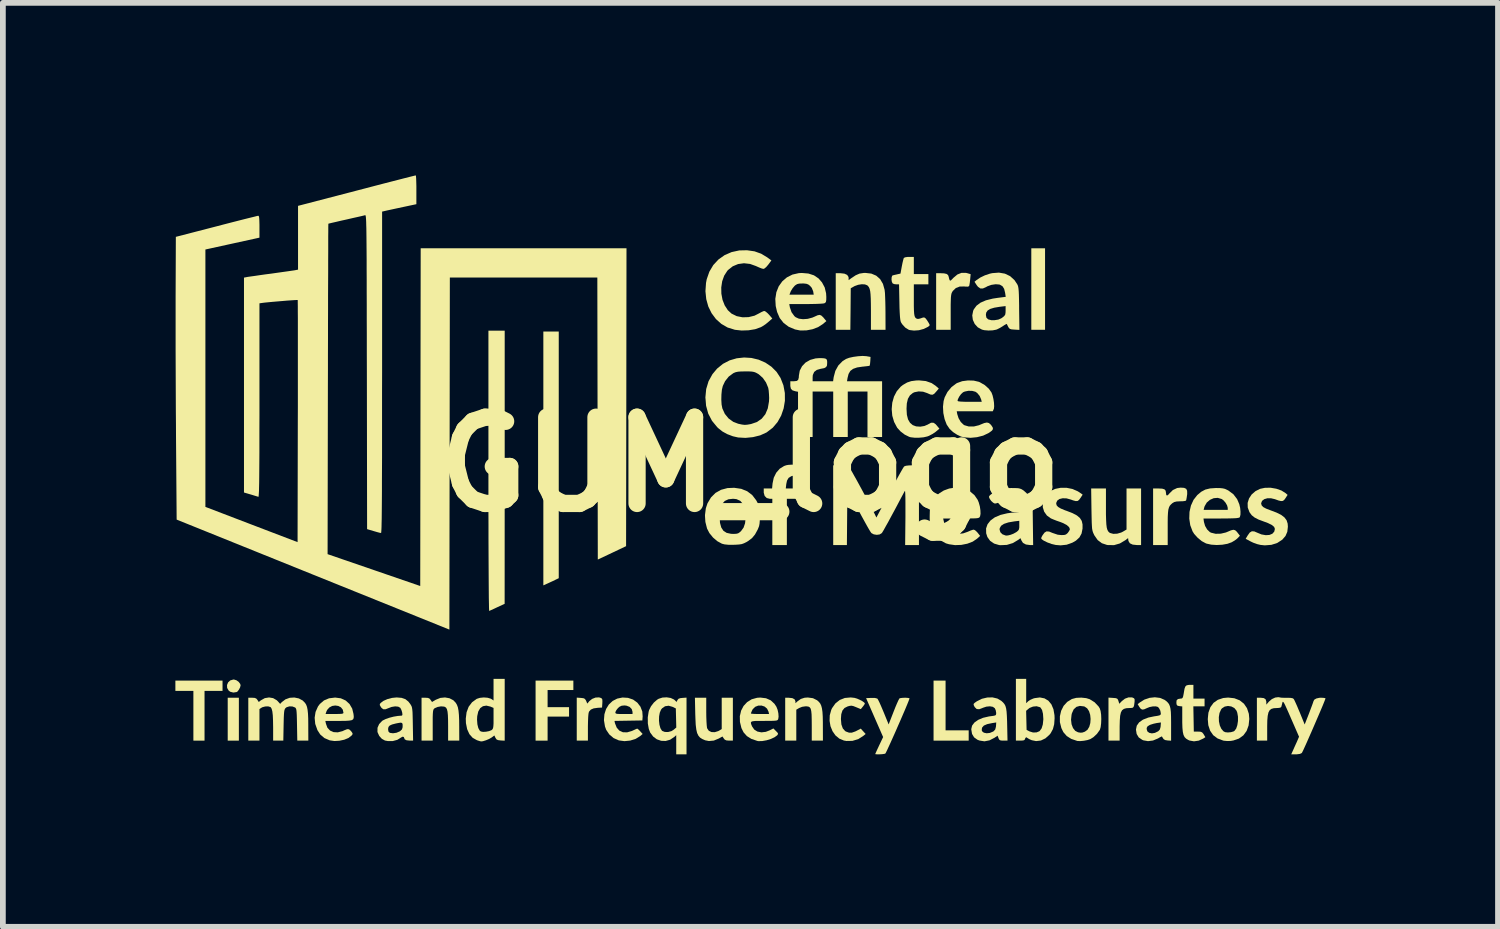
<source format=kicad_pcb>
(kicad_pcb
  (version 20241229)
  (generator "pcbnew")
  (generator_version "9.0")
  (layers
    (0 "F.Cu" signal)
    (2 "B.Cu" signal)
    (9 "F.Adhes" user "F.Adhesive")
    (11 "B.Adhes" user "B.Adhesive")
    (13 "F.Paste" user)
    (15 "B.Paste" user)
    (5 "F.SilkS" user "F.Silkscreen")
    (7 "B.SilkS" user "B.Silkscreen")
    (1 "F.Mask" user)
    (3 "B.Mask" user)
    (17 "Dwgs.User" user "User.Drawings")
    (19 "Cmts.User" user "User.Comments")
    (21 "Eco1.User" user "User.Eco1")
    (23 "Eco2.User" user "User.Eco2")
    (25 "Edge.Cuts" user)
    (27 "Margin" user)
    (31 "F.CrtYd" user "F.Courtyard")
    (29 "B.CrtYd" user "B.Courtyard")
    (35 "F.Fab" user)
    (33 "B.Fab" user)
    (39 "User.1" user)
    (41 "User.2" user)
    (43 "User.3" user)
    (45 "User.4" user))
  (footprint "GUM_logo"
    (layer "F.Cu")
    (at 9.993 5.027)
    (property "Reference" "GUM_logo" (at 0 0 0) (layer "F.SilkS") (effects (font (size 1.5 1.5) (thickness 0.3))))
    (attr board_only exclude_from_pos_files exclude_from_bom)
    (fp_poly (pts (xy -8.889 4.43) (xy -8.889 4.803) (xy -8.986 4.803) (xy -9.083 4.803) (xy -9.083 4.43) (xy -9.083 4.057) (xy -8.986 4.057) (xy -8.889 4.057)) (stroke (width 0) (type solid)) (fill yes) (layer "F.SilkS"))
    (fp_poly (pts (xy 5.131 -3.05) (xy 5.131 -2.342) (xy 5.011 -2.342) (xy 4.892 -2.342) (xy 4.892 -3.05) (xy 4.892 -3.759) (xy 5.011 -3.759) (xy 5.131 -3.759)) (stroke (width 0) (type solid)) (fill yes) (layer "F.SilkS"))
    (fp_poly (pts (xy -3.326 -0.167) (xy -3.326 1.978) (xy -3.382 2.005) (xy -3.429 2.028) (xy -3.486 2.054) (xy -3.516 2.068) (xy -3.594 2.103) (xy -3.594 -0.105) (xy -3.594 -2.312) (xy -3.46 -2.312) (xy -3.326 -2.312)) (stroke (width 0) (type solid)) (fill yes) (layer "F.SilkS"))
    (fp_poly (pts (xy 3.401 4.191) (xy 3.401 4.624) (xy 3.602 4.624) (xy 3.803 4.624) (xy 3.803 4.713) (xy 3.803 4.803) (xy 3.498 4.803) (xy 3.192 4.803) (xy 3.192 4.281) (xy 3.192 3.759) (xy 3.296 3.759) (xy 3.401 3.759)) (stroke (width 0) (type solid)) (fill yes) (layer "F.SilkS"))
    (fp_poly (pts (xy -9.173 3.848) (xy -9.173 3.938) (xy -9.329 3.938) (xy -9.486 3.938) (xy -9.486 4.37) (xy -9.486 4.803) (xy -9.583 4.803) (xy -9.68 4.803) (xy -9.68 4.37) (xy -9.68 3.938) (xy -9.836 3.938) (xy -9.993 3.938) (xy -9.993 3.848) (xy -9.993 3.759) (xy -9.583 3.759) (xy -9.173 3.759)) (stroke (width 0) (type solid)) (fill yes) (layer "F.SilkS"))
    (fp_poly (pts (xy -8.932 3.753) (xy -8.892 3.781) (xy -8.865 3.818) (xy -8.859 3.842) (xy -8.868 3.878) (xy -8.889 3.918) (xy -8.914 3.95) (xy -8.927 3.958) (xy -8.985 3.967) (xy -9.039 3.953) (xy -9.066 3.933) (xy -9.093 3.886) (xy -9.095 3.836) (xy -9.076 3.79) (xy -9.039 3.756) (xy -8.988 3.741) (xy -8.975 3.74)) (stroke (width 0) (type solid)) (fill yes) (layer "F.SilkS"))
    (fp_poly (pts (xy -3.072 3.841) (xy -3.072 3.923) (xy -3.296 3.923) (xy -3.52 3.923) (xy -3.52 4.072) (xy -3.52 4.221) (xy -3.333 4.221) (xy -3.147 4.221) (xy -3.147 4.303) (xy -3.147 4.385) (xy -3.333 4.385) (xy -3.52 4.385) (xy -3.52 4.594) (xy -3.52 4.803) (xy -3.624 4.803) (xy -3.729 4.803) (xy -3.729 4.281) (xy -3.729 3.759) (xy -3.401 3.759) (xy -3.072 3.759)) (stroke (width 0) (type solid)) (fill yes) (layer "F.SilkS"))
    (fp_poly (pts (xy -4.266 0.048) (xy -4.267 2.424) (xy -4.395 2.483) (xy -4.452 2.51) (xy -4.499 2.531) (xy -4.529 2.545) (xy -4.536 2.548) (xy -4.537 2.534) (xy -4.539 2.491) (xy -4.54 2.421) (xy -4.542 2.326) (xy -4.543 2.205) (xy -4.544 2.062) (xy -4.545 1.896) (xy -4.546 1.71) (xy -4.547 1.504) (xy -4.548 1.28) (xy -4.548 1.04) (xy -4.549 0.783) (xy -4.549 0.513) (xy -4.549 0.23) (xy -4.549 0.113) (xy -4.549 -2.327) (xy -4.407 -2.327) (xy -4.266 -2.327)) (stroke (width 0) (type solid)) (fill yes) (layer "F.SilkS"))
    (fp_poly (pts (xy -2.603 4.057) (xy -2.58 4.068) (xy -2.569 4.085) (xy -2.567 4.117) (xy -2.568 4.15) (xy -2.573 4.228) (xy -2.647 4.232) (xy -2.719 4.242) (xy -2.768 4.263) (xy -2.798 4.297) (xy -2.802 4.305) (xy -2.809 4.335) (xy -2.814 4.39) (xy -2.817 4.465) (xy -2.819 4.555) (xy -2.819 4.572) (xy -2.819 4.803) (xy -2.916 4.803) (xy -3.013 4.803) (xy -3.013 4.429) (xy -3.013 4.055) (xy -2.942 4.06) (xy -2.897 4.065) (xy -2.872 4.077) (xy -2.855 4.101) (xy -2.85 4.111) (xy -2.83 4.159) (xy -2.793 4.115) (xy -2.745 4.077) (xy -2.686 4.054) (xy -2.627 4.051)) (stroke (width 0) (type solid)) (fill yes) (layer "F.SilkS"))
    (fp_poly (pts (xy 6.654 4.055) (xy 6.679 4.067) (xy 6.689 4.086) (xy 6.688 4.121) (xy 6.687 4.134) (xy 6.68 4.188) (xy 6.67 4.218) (xy 6.652 4.232) (xy 6.62 4.236) (xy 6.599 4.236) (xy 6.544 4.239) (xy 6.502 4.251) (xy 6.471 4.274) (xy 6.45 4.313) (xy 6.437 4.371) (xy 6.431 4.451) (xy 6.428 4.557) (xy 6.428 4.578) (xy 6.428 4.803) (xy 6.331 4.803) (xy 6.234 4.803) (xy 6.234 4.429) (xy 6.234 4.055) (xy 6.313 4.06) (xy 6.359 4.064) (xy 6.385 4.073) (xy 6.399 4.091) (xy 6.407 4.113) (xy 6.422 4.162) (xy 6.466 4.116) (xy 6.521 4.073) (xy 6.582 4.051) (xy 6.641 4.051)) (stroke (width 0) (type solid)) (fill yes) (layer "F.SilkS"))
    (fp_poly (pts (xy -0.761 4.301) (xy -0.76 4.389) (xy -0.757 4.469) (xy -0.753 4.534) (xy -0.748 4.578) (xy -0.744 4.591) (xy -0.716 4.632) (xy -0.67 4.654) (xy -0.613 4.656) (xy -0.552 4.637) (xy -0.537 4.629) (xy -0.492 4.602) (xy -0.492 4.33) (xy -0.492 4.057) (xy -0.395 4.057) (xy -0.298 4.057) (xy -0.298 4.43) (xy -0.298 4.803) (xy -0.365 4.803) (xy -0.411 4.799) (xy -0.439 4.786) (xy -0.455 4.767) (xy -0.479 4.731) (xy -0.542 4.766) (xy -0.629 4.802) (xy -0.715 4.81) (xy -0.78 4.797) (xy -0.83 4.775) (xy -0.869 4.75) (xy -0.898 4.716) (xy -0.92 4.67) (xy -0.934 4.609) (xy -0.944 4.528) (xy -0.949 4.424) (xy -0.952 4.336) (xy -0.958 4.057) (xy -0.859 4.057) (xy -0.761 4.057)) (stroke (width 0) (type solid)) (fill yes) (layer "F.SilkS"))
    (fp_poly (pts (xy 3.754 -3.332) (xy 3.779 -3.326) (xy 3.837 -3.309) (xy 3.828 -3.212) (xy 3.822 -3.16) (xy 3.815 -3.119) (xy 3.81 -3.101) (xy 3.789 -3.092) (xy 3.745 -3.093) (xy 3.729 -3.095) (xy 3.647 -3.094) (xy 3.58 -3.068) (xy 3.528 -3.018) (xy 3.522 -3.009) (xy 3.511 -2.99) (xy 3.503 -2.969) (xy 3.498 -2.942) (xy 3.494 -2.905) (xy 3.492 -2.853) (xy 3.49 -2.782) (xy 3.49 -2.687) (xy 3.49 -2.649) (xy 3.49 -2.342) (xy 3.363 -2.342) (xy 3.237 -2.342) (xy 3.237 -2.834) (xy 3.237 -3.326) (xy 3.307 -3.326) (xy 3.375 -3.323) (xy 3.419 -3.313) (xy 3.444 -3.294) (xy 3.454 -3.268) (xy 3.466 -3.219) (xy 3.477 -3.197) (xy 3.493 -3.2) (xy 3.521 -3.228) (xy 3.537 -3.245) (xy 3.606 -3.303) (xy 3.678 -3.332)) (stroke (width 0) (type solid)) (fill yes) (layer "F.SilkS"))
    (fp_poly (pts (xy 7.549 0.407) (xy 7.586 0.424) (xy 7.602 0.458) (xy 7.603 0.515) (xy 7.601 0.529) (xy 7.594 0.578) (xy 7.587 0.615) (xy 7.583 0.628) (xy 7.565 0.635) (xy 7.526 0.64) (xy 7.481 0.641) (xy 7.42 0.644) (xy 7.378 0.654) (xy 7.347 0.672) (xy 7.321 0.695) (xy 7.3 0.719) (xy 7.286 0.748) (xy 7.275 0.787) (xy 7.269 0.839) (xy 7.265 0.91) (xy 7.264 1.003) (xy 7.264 1.096) (xy 7.264 1.402) (xy 7.137 1.402) (xy 7.01 1.402) (xy 7.01 0.91) (xy 7.01 0.418) (xy 7.104 0.418) (xy 7.168 0.421) (xy 7.208 0.433) (xy 7.228 0.456) (xy 7.234 0.494) (xy 7.234 0.494) (xy 7.239 0.532) (xy 7.254 0.541) (xy 7.278 0.523) (xy 7.292 0.506) (xy 7.354 0.445) (xy 7.428 0.41) (xy 7.488 0.403)) (stroke (width 0) (type solid)) (fill yes) (layer "F.SilkS"))
    (fp_poly (pts (xy 1.095 4.065) (xy 1.167 4.101) (xy 1.198 4.129) (xy 1.222 4.159) (xy 1.239 4.196) (xy 1.251 4.242) (xy 1.26 4.304) (xy 1.265 4.384) (xy 1.267 4.489) (xy 1.267 4.538) (xy 1.268 4.803) (xy 1.171 4.803) (xy 1.074 4.803) (xy 1.074 4.537) (xy 1.073 4.43) (xy 1.071 4.348) (xy 1.065 4.289) (xy 1.056 4.249) (xy 1.04 4.225) (xy 1.019 4.212) (xy 0.989 4.207) (xy 0.965 4.206) (xy 0.906 4.215) (xy 0.854 4.236) (xy 0.805 4.265) (xy 0.805 4.534) (xy 0.805 4.803) (xy 0.708 4.803) (xy 0.612 4.803) (xy 0.612 4.43) (xy 0.612 4.057) (xy 0.672 4.057) (xy 0.737 4.064) (xy 0.776 4.085) (xy 0.79 4.119) (xy 0.79 4.12) (xy 0.79 4.152) (xy 0.824 4.121) (xy 0.884 4.078) (xy 0.949 4.057) (xy 1.006 4.053)) (stroke (width 0) (type solid)) (fill yes) (layer "F.SilkS"))
    (fp_poly (pts (xy 0.83 0.005) (xy 0.869 0.01) (xy 0.885 0.016) (xy 0.886 0.033) (xy 0.884 0.07) (xy 0.882 0.097) (xy 0.873 0.172) (xy 0.787 0.186) (xy 0.717 0.205) (xy 0.671 0.234) (xy 0.644 0.28) (xy 0.631 0.34) (xy 0.622 0.418) (xy 0.751 0.418) (xy 0.88 0.418) (xy 0.88 0.507) (xy 0.88 0.597) (xy 0.761 0.597) (xy 0.641 0.597) (xy 0.641 0.999) (xy 0.641 1.402) (xy 0.515 1.402) (xy 0.388 1.402) (xy 0.388 0.999) (xy 0.388 0.597) (xy 0.343 0.597) (xy 0.291 0.584) (xy 0.255 0.548) (xy 0.239 0.492) (xy 0.239 0.477) (xy 0.239 0.418) (xy 0.311 0.418) (xy 0.384 0.418) (xy 0.392 0.331) (xy 0.413 0.231) (xy 0.456 0.144) (xy 0.517 0.074) (xy 0.593 0.027) (xy 0.63 0.014) (xy 0.669 0.007) (xy 0.721 0.004) (xy 0.778 0.003)) (stroke (width 0) (type solid)) (fill yes) (layer "F.SilkS"))
    (fp_poly (pts (xy -5.226 4.066) (xy -5.159 4.101) (xy -5.118 4.144) (xy -5.096 4.181) (xy -5.08 4.225) (xy -5.069 4.283) (xy -5.062 4.357) (xy -5.058 4.452) (xy -5.057 4.56) (xy -5.056 4.803) (xy -5.153 4.803) (xy -5.25 4.803) (xy -5.25 4.55) (xy -5.251 4.442) (xy -5.254 4.36) (xy -5.26 4.3) (xy -5.27 4.259) (xy -5.284 4.232) (xy -5.304 4.217) (xy -5.321 4.211) (xy -5.374 4.207) (xy -5.431 4.217) (xy -5.479 4.237) (xy -5.491 4.245) (xy -5.501 4.256) (xy -5.508 4.273) (xy -5.513 4.299) (xy -5.516 4.339) (xy -5.518 4.398) (xy -5.518 4.479) (xy -5.518 4.536) (xy -5.518 4.803) (xy -5.615 4.803) (xy -5.712 4.803) (xy -5.712 4.43) (xy -5.712 4.057) (xy -5.646 4.057) (xy -5.6 4.06) (xy -5.572 4.073) (xy -5.555 4.094) (xy -5.53 4.131) (xy -5.464 4.092) (xy -5.385 4.06) (xy -5.304 4.052)) (stroke (width 0) (type solid)) (fill yes) (layer "F.SilkS"))
    (fp_poly (pts (xy 2.11 -3.319) (xy 2.195 -3.283) (xy 2.263 -3.223) (xy 2.312 -3.14) (xy 2.341 -3.036) (xy 2.342 -3.026) (xy 2.347 -2.981) (xy 2.35 -2.912) (xy 2.353 -2.827) (xy 2.355 -2.732) (xy 2.356 -2.636) (xy 2.357 -2.342) (xy 2.23 -2.342) (xy 2.103 -2.342) (xy 2.103 -2.67) (xy 2.102 -2.792) (xy 2.1 -2.887) (xy 2.096 -2.96) (xy 2.09 -3.015) (xy 2.08 -3.055) (xy 2.067 -3.084) (xy 2.049 -3.106) (xy 2.039 -3.115) (xy 1.999 -3.131) (xy 1.943 -3.134) (xy 1.881 -3.124) (xy 1.822 -3.103) (xy 1.816 -3.1) (xy 1.752 -3.064) (xy 1.749 -2.703) (xy 1.745 -2.342) (xy 1.618 -2.342) (xy 1.491 -2.342) (xy 1.491 -2.834) (xy 1.491 -3.326) (xy 1.57 -3.326) (xy 1.642 -3.318) (xy 1.69 -3.296) (xy 1.713 -3.26) (xy 1.715 -3.242) (xy 1.715 -3.205) (xy 1.764 -3.241) (xy 1.838 -3.29) (xy 1.905 -3.319) (xy 1.977 -3.33) (xy 2.007 -3.331)) (stroke (width 0) (type solid)) (fill yes) (layer "F.SilkS"))
    (fp_poly (pts (xy 1.816 4.059) (xy 1.861 4.072) (xy 1.909 4.093) (xy 1.954 4.117) (xy 1.986 4.14) (xy 1.998 4.158) (xy 1.989 4.175) (xy 1.968 4.205) (xy 1.962 4.212) (xy 1.927 4.255) (xy 1.845 4.221) (xy 1.797 4.202) (xy 1.763 4.195) (xy 1.731 4.199) (xy 1.698 4.208) (xy 1.644 4.235) (xy 1.607 4.28) (xy 1.587 4.344) (xy 1.581 4.426) (xy 1.589 4.521) (xy 1.614 4.591) (xy 1.655 4.637) (xy 1.669 4.645) (xy 1.721 4.664) (xy 1.772 4.664) (xy 1.832 4.643) (xy 1.856 4.631) (xy 1.926 4.594) (xy 1.968 4.64) (xy 2.011 4.687) (xy 1.971 4.72) (xy 1.882 4.777) (xy 1.781 4.807) (xy 1.677 4.809) (xy 1.632 4.801) (xy 1.553 4.768) (xy 1.486 4.712) (xy 1.435 4.639) (xy 1.4 4.553) (xy 1.384 4.459) (xy 1.387 4.362) (xy 1.413 4.268) (xy 1.427 4.238) (xy 1.485 4.156) (xy 1.56 4.096) (xy 1.649 4.061) (xy 1.751 4.052)) (stroke (width 0) (type solid)) (fill yes) (layer "F.SilkS"))
    (fp_poly (pts (xy 6.19 0.746) (xy 6.19 0.87) (xy 6.193 0.968) (xy 6.197 1.042) (xy 6.204 1.098) (xy 6.215 1.137) (xy 6.23 1.165) (xy 6.249 1.184) (xy 6.262 1.192) (xy 6.318 1.207) (xy 6.386 1.204) (xy 6.455 1.184) (xy 6.483 1.17) (xy 6.548 1.132) (xy 6.548 0.775) (xy 6.548 0.418) (xy 6.674 0.418) (xy 6.801 0.418) (xy 6.801 0.91) (xy 6.801 1.402) (xy 6.73 1.402) (xy 6.655 1.394) (xy 6.606 1.371) (xy 6.582 1.332) (xy 6.58 1.322) (xy 6.575 1.281) (xy 6.528 1.317) (xy 6.432 1.374) (xy 6.332 1.403) (xy 6.226 1.402) (xy 6.206 1.399) (xy 6.119 1.37) (xy 6.046 1.315) (xy 5.99 1.235) (xy 5.985 1.225) (xy 5.972 1.198) (xy 5.962 1.173) (xy 5.955 1.147) (xy 5.949 1.114) (xy 5.946 1.071) (xy 5.943 1.013) (xy 5.941 0.936) (xy 5.939 0.835) (xy 5.938 0.779) (xy 5.933 0.418) (xy 6.061 0.418) (xy 6.19 0.418)) (stroke (width 0) (type solid)) (fill yes) (layer "F.SilkS"))
    (fp_poly (pts (xy 7.711 3.952) (xy 7.711 4.072) (xy 7.808 4.072) (xy 7.905 4.072) (xy 7.905 4.139) (xy 7.905 4.206) (xy 7.808 4.206) (xy 7.71 4.206) (xy 7.714 4.426) (xy 7.718 4.646) (xy 7.789 4.646) (xy 7.834 4.648) (xy 7.862 4.659) (xy 7.883 4.683) (xy 7.89 4.694) (xy 7.919 4.743) (xy 7.884 4.766) (xy 7.804 4.803) (xy 7.721 4.815) (xy 7.643 4.801) (xy 7.621 4.791) (xy 7.585 4.769) (xy 7.558 4.742) (xy 7.539 4.704) (xy 7.527 4.652) (xy 7.52 4.581) (xy 7.517 4.487) (xy 7.517 4.434) (xy 7.517 4.208) (xy 7.469 4.203) (xy 7.435 4.196) (xy 7.42 4.178) (xy 7.415 4.148) (xy 7.418 4.104) (xy 7.441 4.08) (xy 7.487 4.072) (xy 7.489 4.072) (xy 7.509 4.07) (xy 7.522 4.06) (xy 7.532 4.036) (xy 7.541 3.991) (xy 7.546 3.961) (xy 7.557 3.899) (xy 7.571 3.861) (xy 7.592 3.842) (xy 7.626 3.834) (xy 7.66 3.833) (xy 7.711 3.833)) (stroke (width 0) (type solid)) (fill yes) (layer "F.SilkS"))
    (fp_poly (pts (xy 2.746 4.06) (xy 2.77 4.065) (xy 2.774 4.069) (xy 2.768 4.087) (xy 2.752 4.129) (xy 2.727 4.19) (xy 2.695 4.267) (xy 2.657 4.355) (xy 2.616 4.45) (xy 2.572 4.55) (xy 2.529 4.649) (xy 2.486 4.745) (xy 2.447 4.832) (xy 2.412 4.908) (xy 2.384 4.969) (xy 2.364 5.01) (xy 2.353 5.028) (xy 2.353 5.029) (xy 2.332 5.034) (xy 2.294 5.039) (xy 2.25 5.041) (xy 2.21 5.041) (xy 2.183 5.039) (xy 2.178 5.036) (xy 2.184 5.021) (xy 2.2 4.985) (xy 2.224 4.933) (xy 2.246 4.886) (xy 2.315 4.741) (xy 2.167 4.403) (xy 2.019 4.064) (xy 2.108 4.06) (xy 2.173 4.061) (xy 2.211 4.071) (xy 2.217 4.075) (xy 2.229 4.095) (xy 2.25 4.137) (xy 2.277 4.197) (xy 2.307 4.268) (xy 2.324 4.308) (xy 2.411 4.521) (xy 2.497 4.3) (xy 2.527 4.224) (xy 2.555 4.158) (xy 2.578 4.107) (xy 2.595 4.075) (xy 2.6 4.068) (xy 2.624 4.062) (xy 2.662 4.058) (xy 2.706 4.057)) (stroke (width 0) (type solid)) (fill yes) (layer "F.SilkS"))
    (fp_poly (pts (xy 8.423 4.066) (xy 8.516 4.102) (xy 8.59 4.161) (xy 8.643 4.239) (xy 8.675 4.336) (xy 8.683 4.426) (xy 8.671 4.539) (xy 8.636 4.635) (xy 8.58 4.711) (xy 8.503 4.767) (xy 8.407 4.8) (xy 8.36 4.808) (xy 8.302 4.81) (xy 8.246 4.805) (xy 8.229 4.802) (xy 8.131 4.765) (xy 8.055 4.708) (xy 8.002 4.631) (xy 7.97 4.535) (xy 7.961 4.43) (xy 7.964 4.394) (xy 8.153 4.394) (xy 8.155 4.468) (xy 8.17 4.539) (xy 8.197 4.598) (xy 8.234 4.641) (xy 8.264 4.656) (xy 8.31 4.661) (xy 8.364 4.656) (xy 8.409 4.643) (xy 8.425 4.633) (xy 8.455 4.593) (xy 8.475 4.533) (xy 8.486 4.461) (xy 8.486 4.386) (xy 8.474 4.318) (xy 8.46 4.281) (xy 8.423 4.236) (xy 8.371 4.209) (xy 8.312 4.2) (xy 8.255 4.211) (xy 8.207 4.242) (xy 8.193 4.26) (xy 8.165 4.322) (xy 8.153 4.394) (xy 7.964 4.394) (xy 7.972 4.316) (xy 8.006 4.221) (xy 8.061 4.146) (xy 8.136 4.093) (xy 8.229 4.062) (xy 8.315 4.054)) (stroke (width 0) (type solid)) (fill yes) (layer "F.SilkS"))
    (fp_poly (pts (xy -1.379 4.061) (xy -1.322 4.088) (xy -1.308 4.1) (xy -1.277 4.13) (xy -1.261 4.097) (xy -1.243 4.075) (xy -1.211 4.064) (xy -1.174 4.06) (xy -1.104 4.055) (xy -1.104 4.548) (xy -1.104 5.041) (xy -1.193 5.041) (xy -1.283 5.041) (xy -1.283 4.875) (xy -1.283 4.708) (xy -1.316 4.738) (xy -1.389 4.787) (xy -1.467 4.809) (xy -1.545 4.806) (xy -1.62 4.78) (xy -1.684 4.732) (xy -1.735 4.664) (xy -1.76 4.6) (xy -1.777 4.503) (xy -1.777 4.455) (xy -1.583 4.455) (xy -1.575 4.526) (xy -1.558 4.587) (xy -1.532 4.629) (xy -1.525 4.635) (xy -1.481 4.652) (xy -1.424 4.653) (xy -1.367 4.638) (xy -1.328 4.614) (xy -1.282 4.575) (xy -1.286 4.409) (xy -1.29 4.243) (xy -1.348 4.215) (xy -1.415 4.196) (xy -1.477 4.205) (xy -1.529 4.241) (xy -1.547 4.264) (xy -1.569 4.316) (xy -1.581 4.382) (xy -1.583 4.455) (xy -1.777 4.455) (xy -1.778 4.399) (xy -1.763 4.301) (xy -1.755 4.272) (xy -1.722 4.206) (xy -1.673 4.142) (xy -1.616 4.092) (xy -1.588 4.075) (xy -1.522 4.054) (xy -1.449 4.05)) (stroke (width 0) (type solid)) (fill yes) (layer "F.SilkS"))
    (fp_poly (pts (xy 3.058 -1.45) (xy 3.158 -1.415) (xy 3.228 -1.368) (xy 3.283 -1.32) (xy 3.236 -1.264) (xy 3.202 -1.227) (xy 3.172 -1.212) (xy 3.138 -1.216) (xy 3.089 -1.237) (xy 3.084 -1.24) (xy 3.01 -1.265) (xy 2.932 -1.27) (xy 2.86 -1.256) (xy 2.832 -1.243) (xy 2.781 -1.201) (xy 2.746 -1.141) (xy 2.727 -1.061) (xy 2.722 -0.969) (xy 2.728 -0.864) (xy 2.748 -0.784) (xy 2.783 -0.724) (xy 2.83 -0.684) (xy 2.889 -0.662) (xy 2.961 -0.657) (xy 3.033 -0.669) (xy 3.094 -0.695) (xy 3.098 -0.698) (xy 3.148 -0.725) (xy 3.189 -0.726) (xy 3.229 -0.699) (xy 3.249 -0.676) (xy 3.294 -0.622) (xy 3.227 -0.566) (xy 3.174 -0.53) (xy 3.113 -0.498) (xy 3.084 -0.487) (xy 3.019 -0.472) (xy 2.94 -0.465) (xy 2.861 -0.465) (xy 2.793 -0.473) (xy 2.767 -0.481) (xy 2.69 -0.519) (xy 2.617 -0.575) (xy 2.56 -0.638) (xy 2.559 -0.639) (xy 2.506 -0.739) (xy 2.474 -0.848) (xy 2.464 -0.961) (xy 2.474 -1.074) (xy 2.504 -1.18) (xy 2.553 -1.274) (xy 2.62 -1.352) (xy 2.66 -1.383) (xy 2.732 -1.425) (xy 2.804 -1.449) (xy 2.887 -1.46) (xy 2.939 -1.462)) (stroke (width 0) (type solid)) (fill yes) (layer "F.SilkS"))
    (fp_poly (pts (xy 5.847 4.064) (xy 5.908 4.083) (xy 5.993 4.136) (xy 6.062 4.209) (xy 6.083 4.243) (xy 6.097 4.288) (xy 6.106 4.352) (xy 6.109 4.427) (xy 6.106 4.502) (xy 6.098 4.568) (xy 6.084 4.615) (xy 6.082 4.618) (xy 6.034 4.685) (xy 5.972 4.743) (xy 5.919 4.776) (xy 5.869 4.793) (xy 5.806 4.805) (xy 5.744 4.811) (xy 5.695 4.809) (xy 5.69 4.808) (xy 5.587 4.773) (xy 5.508 4.723) (xy 5.449 4.655) (xy 5.415 4.585) (xy 5.389 4.481) (xy 5.389 4.439) (xy 5.583 4.439) (xy 5.592 4.518) (xy 5.617 4.584) (xy 5.656 4.633) (xy 5.705 4.658) (xy 5.748 4.665) (xy 5.783 4.662) (xy 5.824 4.647) (xy 5.869 4.614) (xy 5.9 4.562) (xy 5.918 4.497) (xy 5.923 4.426) (xy 5.916 4.355) (xy 5.896 4.291) (xy 5.863 4.241) (xy 5.818 4.211) (xy 5.811 4.208) (xy 5.736 4.199) (xy 5.676 4.216) (xy 5.629 4.259) (xy 5.598 4.328) (xy 5.592 4.353) (xy 5.583 4.439) (xy 5.389 4.439) (xy 5.389 4.379) (xy 5.411 4.284) (xy 5.454 4.198) (xy 5.517 4.129) (xy 5.598 4.079) (xy 5.599 4.079) (xy 5.674 4.059) (xy 5.761 4.055)) (stroke (width 0) (type solid)) (fill yes) (layer "F.SilkS"))
    (fp_poly (pts (xy 4.803 3.94) (xy 4.803 4.152) (xy 4.839 4.117) (xy 4.876 4.093) (xy 4.926 4.071) (xy 4.95 4.064) (xy 5.041 4.052) (xy 5.121 4.068) (xy 5.188 4.108) (xy 5.241 4.172) (xy 5.277 4.257) (xy 5.295 4.361) (xy 5.297 4.413) (xy 5.29 4.517) (xy 5.268 4.602) (xy 5.229 4.674) (xy 5.209 4.699) (xy 5.138 4.763) (xy 5.059 4.801) (xy 4.976 4.811) (xy 4.901 4.796) (xy 4.861 4.779) (xy 4.832 4.762) (xy 4.828 4.759) (xy 4.804 4.744) (xy 4.789 4.757) (xy 4.783 4.773) (xy 4.774 4.791) (xy 4.752 4.8) (xy 4.709 4.803) (xy 4.7 4.803) (xy 4.624 4.803) (xy 4.624 4.284) (xy 4.802 4.284) (xy 4.806 4.45) (xy 4.81 4.616) (xy 4.862 4.643) (xy 4.921 4.661) (xy 4.982 4.66) (xy 5.032 4.64) (xy 5.037 4.636) (xy 5.071 4.59) (xy 5.092 4.522) (xy 5.101 4.435) (xy 5.101 4.425) (xy 5.095 4.336) (xy 5.079 4.27) (xy 5.052 4.228) (xy 5.041 4.221) (xy 4.984 4.205) (xy 4.921 4.211) (xy 4.863 4.234) (xy 4.848 4.245) (xy 4.802 4.284) (xy 4.624 4.284) (xy 4.624 4.266) (xy 4.624 3.729) (xy 4.713 3.729) (xy 4.803 3.729)) (stroke (width 0) (type solid)) (fill yes) (layer "F.SilkS"))
    (fp_poly (pts (xy -2.122 4.059) (xy -2.033 4.089) (xy -1.96 4.142) (xy -1.905 4.213) (xy -1.873 4.297) (xy -1.867 4.381) (xy -1.872 4.452) (xy -2.114 4.456) (xy -2.357 4.46) (xy -2.348 4.501) (xy -2.318 4.577) (xy -2.272 4.629) (xy -2.21 4.657) (xy -2.137 4.659) (xy -2.054 4.635) (xy -2.026 4.622) (xy -1.989 4.605) (xy -1.965 4.595) (xy -1.961 4.594) (xy -1.946 4.604) (xy -1.92 4.629) (xy -1.909 4.641) (xy -1.867 4.687) (xy -1.909 4.723) (xy -1.988 4.772) (xy -2.083 4.802) (xy -2.183 4.812) (xy -2.28 4.799) (xy -2.283 4.798) (xy -2.373 4.758) (xy -2.447 4.695) (xy -2.501 4.615) (xy -2.522 4.557) (xy -2.54 4.447) (xy -2.532 4.345) (xy -2.522 4.312) (xy -2.342 4.312) (xy -2.339 4.325) (xy -2.329 4.333) (xy -2.305 4.338) (xy -2.262 4.34) (xy -2.194 4.34) (xy -2.192 4.34) (xy -2.043 4.34) (xy -2.043 4.302) (xy -2.057 4.254) (xy -2.094 4.216) (xy -2.148 4.195) (xy -2.183 4.191) (xy -2.233 4.196) (xy -2.27 4.214) (xy -2.296 4.237) (xy -2.324 4.272) (xy -2.34 4.304) (xy -2.342 4.312) (xy -2.522 4.312) (xy -2.503 4.253) (xy -2.455 4.175) (xy -2.389 4.113) (xy -2.309 4.072) (xy -2.217 4.053)) (stroke (width 0) (type solid)) (fill yes) (layer "F.SilkS"))
    (fp_poly (pts (xy -4.266 4.266) (xy -4.266 4.804) (xy -4.336 4.8) (xy -4.382 4.794) (xy -4.408 4.782) (xy -4.425 4.757) (xy -4.427 4.754) (xy -4.446 4.713) (xy -4.494 4.749) (xy -4.537 4.774) (xy -4.592 4.797) (xy -4.644 4.813) (xy -4.676 4.817) (xy -4.698 4.812) (xy -4.736 4.8) (xy -4.75 4.795) (xy -4.823 4.754) (xy -4.88 4.69) (xy -4.919 4.604) (xy -4.94 4.499) (xy -4.942 4.438) (xy -4.747 4.438) (xy -4.741 4.519) (xy -4.725 4.584) (xy -4.7 4.629) (xy -4.68 4.644) (xy -4.642 4.651) (xy -4.591 4.648) (xy -4.539 4.638) (xy -4.498 4.622) (xy -4.489 4.616) (xy -4.476 4.602) (xy -4.468 4.582) (xy -4.463 4.551) (xy -4.46 4.503) (xy -4.46 4.432) (xy -4.46 4.412) (xy -4.46 4.234) (xy -4.514 4.211) (xy -4.585 4.194) (xy -4.644 4.204) (xy -4.692 4.238) (xy -4.726 4.297) (xy -4.744 4.378) (xy -4.747 4.438) (xy -4.942 4.438) (xy -4.943 4.422) (xy -4.929 4.31) (xy -4.893 4.214) (xy -4.834 4.136) (xy -4.755 4.078) (xy -4.754 4.077) (xy -4.698 4.059) (xy -4.631 4.052) (xy -4.564 4.057) (xy -4.51 4.073) (xy -4.5 4.078) (xy -4.46 4.105) (xy -4.46 3.917) (xy -4.46 3.729) (xy -4.363 3.729) (xy -4.266 3.729)) (stroke (width 0) (type solid)) (fill yes) (layer "F.SilkS"))
    (fp_poly (pts (xy 0.079 -3.706) (xy 0.194 -3.665) (xy 0.297 -3.603) (xy 0.372 -3.548) (xy 0.317 -3.474) (xy 0.281 -3.432) (xy 0.249 -3.406) (xy 0.234 -3.401) (xy 0.206 -3.407) (xy 0.162 -3.424) (xy 0.11 -3.447) (xy 0.107 -3.449) (xy 0.001 -3.487) (xy -0.105 -3.499) (xy -0.207 -3.485) (xy -0.3 -3.446) (xy -0.38 -3.383) (xy -0.395 -3.367) (xy -0.449 -3.283) (xy -0.484 -3.185) (xy -0.5 -3.078) (xy -0.498 -2.969) (xy -0.478 -2.863) (xy -0.44 -2.766) (xy -0.386 -2.683) (xy -0.321 -2.623) (xy -0.231 -2.579) (xy -0.13 -2.559) (xy -0.025 -2.562) (xy 0.078 -2.587) (xy 0.155 -2.626) (xy 0.199 -2.65) (xy 0.235 -2.666) (xy 0.25 -2.669) (xy 0.273 -2.658) (xy 0.306 -2.63) (xy 0.332 -2.603) (xy 0.388 -2.538) (xy 0.319 -2.478) (xy 0.27 -2.438) (xy 0.217 -2.403) (xy 0.188 -2.387) (xy 0.09 -2.352) (xy -0.025 -2.333) (xy -0.146 -2.329) (xy -0.265 -2.342) (xy -0.266 -2.343) (xy -0.389 -2.381) (xy -0.498 -2.444) (xy -0.592 -2.528) (xy -0.668 -2.63) (xy -0.725 -2.746) (xy -0.761 -2.875) (xy -0.775 -3.013) (xy -0.765 -3.156) (xy -0.753 -3.22) (xy -0.707 -3.352) (xy -0.639 -3.467) (xy -0.549 -3.564) (xy -0.442 -3.64) (xy -0.32 -3.693) (xy -0.186 -3.722) (xy -0.052 -3.725)) (stroke (width 0) (type solid)) (fill yes) (layer "F.SilkS"))
    (fp_poly (pts (xy -7.116 4.067) (xy -7.032 4.105) (xy -6.965 4.166) (xy -6.918 4.246) (xy -6.896 4.337) (xy -6.891 4.38) (xy -6.893 4.412) (xy -6.904 4.434) (xy -6.929 4.448) (xy -6.971 4.455) (xy -7.034 4.459) (xy -7.121 4.46) (xy -7.155 4.46) (xy -7.385 4.46) (xy -7.375 4.508) (xy -7.349 4.579) (xy -7.303 4.628) (xy -7.242 4.655) (xy -7.169 4.659) (xy -7.087 4.638) (xy -7.053 4.622) (xy -7.006 4.604) (xy -6.973 4.606) (xy -6.943 4.632) (xy -6.93 4.648) (xy -6.912 4.675) (xy -6.913 4.694) (xy -6.93 4.716) (xy -6.983 4.757) (xy -7.056 4.787) (xy -7.14 4.805) (xy -7.227 4.81) (xy -7.308 4.798) (xy -7.311 4.797) (xy -7.402 4.758) (xy -7.474 4.696) (xy -7.523 4.62) (xy -7.561 4.512) (xy -7.571 4.405) (xy -7.561 4.34) (xy -7.381 4.34) (xy -7.225 4.34) (xy -7.154 4.339) (xy -7.107 4.337) (xy -7.081 4.332) (xy -7.07 4.323) (xy -7.07 4.319) (xy -7.082 4.264) (xy -7.114 4.224) (xy -7.159 4.2) (xy -7.212 4.192) (xy -7.266 4.2) (xy -7.315 4.226) (xy -7.353 4.268) (xy -7.366 4.295) (xy -7.381 4.34) (xy -7.561 4.34) (xy -7.555 4.303) (xy -7.513 4.209) (xy -7.481 4.166) (xy -7.409 4.104) (xy -7.321 4.067) (xy -7.216 4.054) (xy -7.214 4.054)) (stroke (width 0) (type solid)) (fill yes) (layer "F.SilkS"))
    (fp_poly (pts (xy 2.849 -3.46) (xy 2.849 -3.311) (xy 2.976 -3.311) (xy 3.102 -3.311) (xy 3.102 -3.222) (xy 3.102 -3.132) (xy 2.976 -3.132) (xy 2.849 -3.132) (xy 2.849 -2.859) (xy 2.849 -2.755) (xy 2.851 -2.676) (xy 2.855 -2.62) (xy 2.862 -2.581) (xy 2.873 -2.556) (xy 2.888 -2.541) (xy 2.908 -2.532) (xy 2.908 -2.532) (xy 2.936 -2.532) (xy 2.976 -2.543) (xy 2.982 -2.546) (xy 3.013 -2.556) (xy 3.036 -2.554) (xy 3.057 -2.537) (xy 3.083 -2.501) (xy 3.109 -2.459) (xy 3.124 -2.429) (xy 3.12 -2.412) (xy 3.095 -2.393) (xy 3.095 -2.393) (xy 3.022 -2.357) (xy 2.937 -2.334) (xy 2.852 -2.328) (xy 2.778 -2.337) (xy 2.759 -2.343) (xy 2.7 -2.38) (xy 2.648 -2.437) (xy 2.628 -2.468) (xy 2.619 -2.49) (xy 2.613 -2.522) (xy 2.608 -2.568) (xy 2.604 -2.632) (xy 2.6 -2.718) (xy 2.598 -2.823) (xy 2.592 -3.132) (xy 2.544 -3.132) (xy 2.505 -3.137) (xy 2.479 -3.15) (xy 2.467 -3.176) (xy 2.461 -3.214) (xy 2.463 -3.253) (xy 2.472 -3.281) (xy 2.48 -3.287) (xy 2.505 -3.294) (xy 2.546 -3.303) (xy 2.558 -3.306) (xy 2.617 -3.319) (xy 2.64 -3.445) (xy 2.652 -3.505) (xy 2.664 -3.555) (xy 2.673 -3.586) (xy 2.675 -3.591) (xy 2.697 -3.602) (xy 2.741 -3.609) (xy 2.768 -3.609) (xy 2.849 -3.609)) (stroke (width 0) (type solid)) (fill yes) (layer "F.SilkS"))
    (fp_poly (pts (xy 9.152 0.422) (xy 9.241 0.453) (xy 9.31 0.496) (xy 9.349 0.529) (xy 9.312 0.587) (xy 9.289 0.618) (xy 9.266 0.634) (xy 9.236 0.637) (xy 9.192 0.627) (xy 9.128 0.604) (xy 9.06 0.588) (xy 8.997 0.588) (xy 8.943 0.604) (xy 8.905 0.633) (xy 8.889 0.674) (xy 8.889 0.679) (xy 8.898 0.712) (xy 8.925 0.741) (xy 8.975 0.768) (xy 9.048 0.796) (xy 9.156 0.837) (xy 9.237 0.877) (xy 9.294 0.921) (xy 9.331 0.97) (xy 9.35 1.028) (xy 9.354 1.083) (xy 9.344 1.171) (xy 9.313 1.243) (xy 9.257 1.308) (xy 9.254 1.31) (xy 9.168 1.366) (xy 9.067 1.398) (xy 8.952 1.407) (xy 8.876 1.399) (xy 8.818 1.385) (xy 8.752 1.361) (xy 8.708 1.34) (xy 8.62 1.293) (xy 8.656 1.233) (xy 8.691 1.184) (xy 8.728 1.162) (xy 8.771 1.165) (xy 8.817 1.185) (xy 8.895 1.217) (xy 8.969 1.23) (xy 9.033 1.226) (xy 9.084 1.205) (xy 9.117 1.168) (xy 9.128 1.121) (xy 9.115 1.086) (xy 9.075 1.053) (xy 9.007 1.019) (xy 8.934 0.992) (xy 8.843 0.958) (xy 8.775 0.923) (xy 8.726 0.884) (xy 8.69 0.836) (xy 8.685 0.827) (xy 8.656 0.749) (xy 8.654 0.669) (xy 8.678 0.592) (xy 8.724 0.522) (xy 8.791 0.464) (xy 8.871 0.424) (xy 8.957 0.406) (xy 9.054 0.405)) (stroke (width 0) (type solid)) (fill yes) (layer "F.SilkS"))
    (fp_poly (pts (xy -0.153 0.424) (xy -0.049 0.466) (xy 0.038 0.532) (xy 0.107 0.622) (xy 0.133 0.67) (xy 0.151 0.714) (xy 0.163 0.755) (xy 0.169 0.802) (xy 0.171 0.865) (xy 0.172 0.902) (xy 0.17 0.976) (xy 0.166 1.029) (xy 0.158 1.072) (xy 0.142 1.113) (xy 0.133 1.134) (xy 0.087 1.218) (xy 0.035 1.281) (xy -0.031 1.331) (xy -0.062 1.35) (xy -0.105 1.371) (xy -0.144 1.385) (xy -0.189 1.392) (xy -0.251 1.396) (xy -0.283 1.397) (xy -0.375 1.397) (xy -0.444 1.39) (xy -0.489 1.378) (xy -0.568 1.335) (xy -0.643 1.271) (xy -0.706 1.194) (xy -0.747 1.115) (xy -0.776 1) (xy -0.782 0.91) (xy -0.528 0.91) (xy -0.522 1.015) (xy -0.5 1.096) (xy -0.462 1.154) (xy -0.406 1.19) (xy -0.331 1.206) (xy -0.293 1.208) (xy -0.241 1.206) (xy -0.207 1.198) (xy -0.178 1.179) (xy -0.156 1.159) (xy -0.112 1.099) (xy -0.086 1.023) (xy -0.076 0.927) (xy -0.078 0.865) (xy -0.093 0.763) (xy -0.124 0.685) (xy -0.171 0.632) (xy -0.236 0.603) (xy -0.295 0.597) (xy -0.376 0.606) (xy -0.439 0.635) (xy -0.485 0.686) (xy -0.513 0.76) (xy -0.527 0.858) (xy -0.528 0.91) (xy -0.782 0.91) (xy -0.783 0.88) (xy -0.768 0.762) (xy -0.739 0.675) (xy -0.678 0.573) (xy -0.6 0.495) (xy -0.504 0.441) (xy -0.392 0.411) (xy -0.275 0.406)) (stroke (width 0) (type solid)) (fill yes) (layer "F.SilkS"))
    (fp_poly (pts (xy -8.293 4.064) (xy -8.231 4.1) (xy -8.213 4.117) (xy -8.171 4.164) (xy -8.142 4.133) (xy -8.079 4.085) (xy -8.004 4.058) (xy -7.924 4.053) (xy -7.846 4.069) (xy -7.778 4.106) (xy -7.738 4.147) (xy -7.718 4.179) (xy -7.704 4.217) (xy -7.694 4.267) (xy -7.687 4.332) (xy -7.683 4.417) (xy -7.682 4.527) (xy -7.682 4.553) (xy -7.681 4.803) (xy -7.777 4.803) (xy -7.873 4.803) (xy -7.878 4.525) (xy -7.88 4.427) (xy -7.882 4.355) (xy -7.885 4.304) (xy -7.889 4.269) (xy -7.895 4.248) (xy -7.903 4.234) (xy -7.911 4.227) (xy -7.957 4.209) (xy -8.01 4.207) (xy -8.058 4.222) (xy -8.078 4.237) (xy -8.088 4.252) (xy -8.096 4.271) (xy -8.101 4.3) (xy -8.105 4.344) (xy -8.108 4.406) (xy -8.11 4.492) (xy -8.111 4.536) (xy -8.116 4.803) (xy -8.204 4.803) (xy -8.293 4.803) (xy -8.293 4.575) (xy -8.295 4.455) (xy -8.299 4.362) (xy -8.307 4.294) (xy -8.319 4.249) (xy -8.335 4.223) (xy -8.34 4.219) (xy -8.38 4.207) (xy -8.431 4.209) (xy -8.48 4.222) (xy -8.495 4.23) (xy -8.531 4.254) (xy -8.531 4.528) (xy -8.531 4.803) (xy -8.628 4.803) (xy -8.725 4.803) (xy -8.725 4.43) (xy -8.725 4.057) (xy -8.658 4.057) (xy -8.612 4.06) (xy -8.584 4.073) (xy -8.567 4.094) (xy -8.543 4.131) (xy -8.506 4.102) (xy -8.438 4.064) (xy -8.364 4.052)) (stroke (width 0) (type solid)) (fill yes) (layer "F.SilkS"))
    (fp_poly (pts (xy 0.278 4.066) (xy 0.36 4.102) (xy 0.425 4.162) (xy 0.459 4.213) (xy 0.48 4.267) (xy 0.493 4.328) (xy 0.497 4.386) (xy 0.491 4.426) (xy 0.485 4.439) (xy 0.475 4.448) (xy 0.457 4.454) (xy 0.427 4.457) (xy 0.378 4.459) (xy 0.308 4.459) (xy 0.246 4.46) (xy 0.155 4.46) (xy 0.089 4.461) (xy 0.046 4.466) (xy 0.023 4.475) (xy 0.015 4.49) (xy 0.019 4.514) (xy 0.032 4.546) (xy 0.036 4.556) (xy 0.074 4.611) (xy 0.129 4.645) (xy 0.198 4.659) (xy 0.275 4.65) (xy 0.342 4.624) (xy 0.407 4.591) (xy 0.452 4.637) (xy 0.48 4.666) (xy 0.488 4.684) (xy 0.48 4.701) (xy 0.472 4.711) (xy 0.427 4.744) (xy 0.363 4.774) (xy 0.288 4.797) (xy 0.214 4.81) (xy 0.148 4.812) (xy 0.127 4.808) (xy 0.024 4.773) (xy -0.054 4.724) (xy -0.112 4.659) (xy -0.149 4.585) (xy -0.175 4.478) (xy -0.177 4.376) (xy -0.166 4.331) (xy 0.015 4.331) (xy 0.029 4.335) (xy 0.066 4.338) (xy 0.122 4.34) (xy 0.173 4.34) (xy 0.331 4.34) (xy 0.322 4.299) (xy 0.296 4.246) (xy 0.253 4.21) (xy 0.2 4.193) (xy 0.143 4.194) (xy 0.09 4.215) (xy 0.048 4.256) (xy 0.038 4.274) (xy 0.023 4.308) (xy 0.015 4.33) (xy 0.015 4.331) (xy -0.166 4.331) (xy -0.155 4.282) (xy -0.112 4.2) (xy -0.05 4.133) (xy 0.029 4.084) (xy 0.123 4.058) (xy 0.178 4.054)) (stroke (width 0) (type solid)) (fill yes) (layer "F.SilkS"))
    (fp_poly (pts (xy 1.016 -3.32) (xy 1.112 -3.289) (xy 1.192 -3.235) (xy 1.252 -3.166) (xy 1.299 -3.078) (xy 1.323 -2.977) (xy 1.327 -2.913) (xy 1.326 -2.859) (xy 1.32 -2.827) (xy 1.307 -2.81) (xy 1.299 -2.805) (xy 1.274 -2.799) (xy 1.223 -2.795) (xy 1.15 -2.792) (xy 1.059 -2.79) (xy 0.976 -2.789) (xy 0.683 -2.789) (xy 0.693 -2.733) (xy 0.722 -2.648) (xy 0.772 -2.579) (xy 0.795 -2.56) (xy 0.85 -2.535) (xy 0.922 -2.526) (xy 1.003 -2.532) (xy 1.085 -2.554) (xy 1.122 -2.57) (xy 1.175 -2.594) (xy 1.212 -2.601) (xy 1.241 -2.589) (xy 1.274 -2.558) (xy 1.288 -2.541) (xy 1.328 -2.493) (xy 1.265 -2.44) (xy 1.184 -2.388) (xy 1.086 -2.351) (xy 0.979 -2.331) (xy 0.872 -2.33) (xy 0.783 -2.348) (xy 0.672 -2.395) (xy 0.584 -2.461) (xy 0.517 -2.546) (xy 0.471 -2.652) (xy 0.447 -2.755) (xy 0.44 -2.879) (xy 0.452 -2.953) (xy 0.686 -2.953) (xy 0.897 -2.953) (xy 1.108 -2.953) (xy 1.099 -3.009) (xy 1.074 -3.071) (xy 1.044 -3.106) (xy 1.013 -3.13) (xy 0.98 -3.142) (xy 0.934 -3.147) (xy 0.91 -3.147) (xy 0.855 -3.145) (xy 0.819 -3.136) (xy 0.789 -3.117) (xy 0.776 -3.106) (xy 0.74 -3.063) (xy 0.71 -3.014) (xy 0.708 -3.009) (xy 0.686 -2.953) (xy 0.452 -2.953) (xy 0.458 -2.994) (xy 0.499 -3.097) (xy 0.561 -3.184) (xy 0.641 -3.253) (xy 0.738 -3.302) (xy 0.848 -3.327) (xy 0.9 -3.33)) (stroke (width 0) (type solid)) (fill yes) (layer "F.SilkS"))
    (fp_poly (pts (xy 5.505 0.406) (xy 5.605 0.426) (xy 5.7 0.467) (xy 5.73 0.486) (xy 5.785 0.525) (xy 5.747 0.583) (xy 5.721 0.618) (xy 5.697 0.635) (xy 5.665 0.637) (xy 5.619 0.625) (xy 5.578 0.61) (xy 5.505 0.59) (xy 5.437 0.588) (xy 5.382 0.601) (xy 5.343 0.629) (xy 5.325 0.67) (xy 5.325 0.679) (xy 5.332 0.71) (xy 5.358 0.739) (xy 5.405 0.767) (xy 5.477 0.797) (xy 5.506 0.807) (xy 5.609 0.847) (xy 5.685 0.887) (xy 5.737 0.931) (xy 5.769 0.982) (xy 5.783 1.043) (xy 5.783 1.115) (xy 5.766 1.201) (xy 5.729 1.269) (xy 5.668 1.325) (xy 5.607 1.36) (xy 5.507 1.396) (xy 5.401 1.407) (xy 5.316 1.4) (xy 5.244 1.383) (xy 5.171 1.356) (xy 5.108 1.325) (xy 5.082 1.307) (xy 5.066 1.292) (xy 5.065 1.276) (xy 5.078 1.248) (xy 5.088 1.231) (xy 5.122 1.185) (xy 5.157 1.164) (xy 5.202 1.167) (xy 5.257 1.19) (xy 5.352 1.222) (xy 5.412 1.228) (xy 5.462 1.227) (xy 5.494 1.218) (xy 5.519 1.198) (xy 5.528 1.188) (xy 5.551 1.155) (xy 5.563 1.127) (xy 5.563 1.125) (xy 5.549 1.09) (xy 5.509 1.054) (xy 5.447 1.021) (xy 5.391 0.999) (xy 5.33 0.978) (xy 5.272 0.955) (xy 5.232 0.938) (xy 5.163 0.888) (xy 5.116 0.822) (xy 5.092 0.746) (xy 5.091 0.666) (xy 5.115 0.585) (xy 5.156 0.521) (xy 5.223 0.463) (xy 5.308 0.425) (xy 5.403 0.406)) (stroke (width 0) (type solid)) (fill yes) (layer "F.SilkS"))
    (fp_poly (pts (xy 7.13 4.06) (xy 7.208 4.093) (xy 7.235 4.112) (xy 7.264 4.139) (xy 7.286 4.167) (xy 7.301 4.202) (xy 7.312 4.246) (xy 7.319 4.306) (xy 7.322 4.385) (xy 7.323 4.488) (xy 7.323 4.527) (xy 7.323 4.804) (xy 7.261 4.8) (xy 7.22 4.793) (xy 7.193 4.777) (xy 7.17 4.742) (xy 7.164 4.73) (xy 7.151 4.734) (xy 7.12 4.75) (xy 7.095 4.765) (xy 7.008 4.801) (xy 6.921 4.812) (xy 6.838 4.797) (xy 6.821 4.789) (xy 6.76 4.747) (xy 6.724 4.687) (xy 6.712 4.611) (xy 6.714 4.601) (xy 6.898 4.601) (xy 6.91 4.642) (xy 6.942 4.667) (xy 6.989 4.677) (xy 7.042 4.668) (xy 7.097 4.641) (xy 7.099 4.64) (xy 7.127 4.61) (xy 7.14 4.565) (xy 7.141 4.55) (xy 7.146 4.487) (xy 7.074 4.497) (xy 7.018 4.509) (xy 6.964 4.526) (xy 6.95 4.532) (xy 6.914 4.554) (xy 6.9 4.579) (xy 6.898 4.601) (xy 6.714 4.601) (xy 6.726 4.543) (xy 6.767 4.485) (xy 6.834 4.438) (xy 6.926 4.402) (xy 7.026 4.381) (xy 7.085 4.372) (xy 7.12 4.364) (xy 7.138 4.354) (xy 7.144 4.339) (xy 7.144 4.329) (xy 7.136 4.283) (xy 7.114 4.24) (xy 7.094 4.217) (xy 7.057 4.207) (xy 7.005 4.208) (xy 6.949 4.219) (xy 6.906 4.236) (xy 6.854 4.259) (xy 6.819 4.263) (xy 6.793 4.247) (xy 6.771 4.217) (xy 6.742 4.169) (xy 6.775 4.142) (xy 6.857 4.09) (xy 6.948 4.059) (xy 7.041 4.049)) (stroke (width 0) (type solid)) (fill yes) (layer "F.SilkS"))
    (fp_poly (pts (xy 1.634 0.015) (xy 1.674 0.018) (xy 1.699 0.026) (xy 1.716 0.04) (xy 1.735 0.063) (xy 1.75 0.088) (xy 1.778 0.135) (xy 1.814 0.2) (xy 1.858 0.278) (xy 1.906 0.366) (xy 1.956 0.458) (xy 2.006 0.552) (xy 2.054 0.641) (xy 2.097 0.723) (xy 2.134 0.792) (xy 2.16 0.846) (xy 2.164 0.853) (xy 2.198 0.923) (xy 2.428 0.488) (xy 2.484 0.382) (xy 2.537 0.285) (xy 2.584 0.199) (xy 2.624 0.128) (xy 2.655 0.074) (xy 2.675 0.042) (xy 2.682 0.034) (xy 2.711 0.023) (xy 2.763 0.017) (xy 2.822 0.015) (xy 2.938 0.015) (xy 2.938 0.708) (xy 2.938 1.402) (xy 2.818 1.402) (xy 2.698 1.402) (xy 2.703 0.918) (xy 2.703 0.777) (xy 2.703 0.66) (xy 2.702 0.569) (xy 2.7 0.504) (xy 2.697 0.467) (xy 2.693 0.459) (xy 2.693 0.46) (xy 2.682 0.479) (xy 2.66 0.521) (xy 2.627 0.582) (xy 2.587 0.658) (xy 2.541 0.745) (xy 2.498 0.825) (xy 2.447 0.919) (xy 2.401 1.005) (xy 2.359 1.079) (xy 2.326 1.139) (xy 2.302 1.179) (xy 2.292 1.194) (xy 2.255 1.217) (xy 2.205 1.224) (xy 2.153 1.216) (xy 2.112 1.194) (xy 2.108 1.189) (xy 2.093 1.168) (xy 2.066 1.123) (xy 2.03 1.06) (xy 1.987 0.982) (xy 1.938 0.893) (xy 1.886 0.796) (xy 1.885 0.795) (xy 1.693 0.433) (xy 1.689 0.918) (xy 1.685 1.402) (xy 1.566 1.402) (xy 1.447 1.402) (xy 1.447 0.708) (xy 1.447 0.015) (xy 1.573 0.015)) (stroke (width 0) (type solid)) (fill yes) (layer "F.SilkS"))
    (fp_poly (pts (xy 4.302 4.071) (xy 4.37 4.111) (xy 4.401 4.139) (xy 4.425 4.168) (xy 4.442 4.2) (xy 4.454 4.243) (xy 4.462 4.299) (xy 4.467 4.373) (xy 4.471 4.471) (xy 4.472 4.523) (xy 4.478 4.803) (xy 4.408 4.803) (xy 4.364 4.801) (xy 4.34 4.792) (xy 4.326 4.771) (xy 4.322 4.76) (xy 4.305 4.717) (xy 4.254 4.752) (xy 4.165 4.798) (xy 4.077 4.815) (xy 3.99 4.801) (xy 3.956 4.788) (xy 3.897 4.746) (xy 3.861 4.686) (xy 3.85 4.619) (xy 4.03 4.619) (xy 4.035 4.639) (xy 4.067 4.665) (xy 4.116 4.675) (xy 4.171 4.669) (xy 4.226 4.646) (xy 4.236 4.64) (xy 4.264 4.61) (xy 4.276 4.565) (xy 4.278 4.55) (xy 4.282 4.487) (xy 4.211 4.498) (xy 4.125 4.516) (xy 4.067 4.541) (xy 4.037 4.575) (xy 4.034 4.584) (xy 4.03 4.619) (xy 3.85 4.619) (xy 3.848 4.607) (xy 3.848 4.602) (xy 3.862 4.542) (xy 3.903 4.488) (xy 3.968 4.442) (xy 4.053 4.406) (xy 4.156 4.382) (xy 4.187 4.378) (xy 4.238 4.371) (xy 4.266 4.364) (xy 4.278 4.351) (xy 4.281 4.329) (xy 4.281 4.32) (xy 4.273 4.274) (xy 4.257 4.239) (xy 4.223 4.215) (xy 4.172 4.206) (xy 4.11 4.212) (xy 4.047 4.233) (xy 4.04 4.237) (xy 3.985 4.257) (xy 3.942 4.253) (xy 3.91 4.222) (xy 3.9 4.206) (xy 3.889 4.181) (xy 3.89 4.163) (xy 3.908 4.145) (xy 3.945 4.119) (xy 4.033 4.075) (xy 4.126 4.053) (xy 4.217 4.051)) (stroke (width 0) (type solid)) (fill yes) (layer "F.SilkS"))
    (fp_poly (pts (xy 3.89 -1.458) (xy 3.98 -1.437) (xy 4 -1.428) (xy 4.083 -1.38) (xy 4.153 -1.317) (xy 4.199 -1.252) (xy 4.218 -1.202) (xy 4.233 -1.139) (xy 4.243 -1.073) (xy 4.246 -1.013) (xy 4.242 -0.97) (xy 4.239 -0.963) (xy 4.222 -0.925) (xy 3.908 -0.925) (xy 3.595 -0.925) (xy 3.604 -0.876) (xy 3.627 -0.804) (xy 3.665 -0.739) (xy 3.712 -0.693) (xy 3.729 -0.682) (xy 3.805 -0.66) (xy 3.892 -0.66) (xy 3.982 -0.682) (xy 4.01 -0.694) (xy 4.074 -0.72) (xy 4.12 -0.729) (xy 4.155 -0.72) (xy 4.187 -0.692) (xy 4.198 -0.678) (xy 4.221 -0.643) (xy 4.225 -0.616) (xy 4.209 -0.59) (xy 4.17 -0.56) (xy 4.145 -0.544) (xy 4.054 -0.501) (xy 3.947 -0.474) (xy 3.835 -0.463) (xy 3.727 -0.471) (xy 3.672 -0.484) (xy 3.603 -0.516) (xy 3.531 -0.563) (xy 3.471 -0.619) (xy 3.471 -0.619) (xy 3.42 -0.694) (xy 3.384 -0.789) (xy 3.362 -0.894) (xy 3.356 -1.003) (xy 3.367 -1.105) (xy 3.609 -1.105) (xy 3.623 -1.098) (xy 3.664 -1.093) (xy 3.733 -1.09) (xy 3.82 -1.089) (xy 4.03 -1.089) (xy 4.02 -1.13) (xy 3.994 -1.191) (xy 3.952 -1.242) (xy 3.921 -1.264) (xy 3.866 -1.279) (xy 3.799 -1.281) (xy 3.735 -1.268) (xy 3.705 -1.255) (xy 3.67 -1.223) (xy 3.638 -1.179) (xy 3.615 -1.133) (xy 3.609 -1.105) (xy 3.367 -1.105) (xy 3.368 -1.106) (xy 3.385 -1.166) (xy 3.434 -1.261) (xy 3.504 -1.345) (xy 3.587 -1.408) (xy 3.604 -1.417) (xy 3.691 -1.448) (xy 3.79 -1.461)) (stroke (width 0) (type solid)) (fill yes) (layer "F.SilkS"))
    (fp_poly (pts (xy 8.174 0.411) (xy 8.222 0.416) (xy 8.26 0.425) (xy 8.299 0.443) (xy 8.32 0.454) (xy 8.406 0.518) (xy 8.471 0.603) (xy 8.509 0.692) (xy 8.524 0.756) (xy 8.53 0.82) (xy 8.529 0.875) (xy 8.519 0.914) (xy 8.513 0.922) (xy 8.496 0.928) (xy 8.457 0.934) (xy 8.395 0.937) (xy 8.307 0.939) (xy 8.191 0.94) (xy 8.191 0.94) (xy 7.886 0.94) (xy 7.894 0.999) (xy 7.914 1.069) (xy 7.95 1.131) (xy 7.997 1.176) (xy 8.019 1.187) (xy 8.097 1.206) (xy 8.187 1.204) (xy 8.276 1.183) (xy 8.305 1.171) (xy 8.364 1.146) (xy 8.406 1.136) (xy 8.437 1.144) (xy 8.465 1.169) (xy 8.479 1.187) (xy 8.52 1.24) (xy 8.484 1.278) (xy 8.451 1.307) (xy 8.403 1.338) (xy 8.375 1.354) (xy 8.303 1.38) (xy 8.213 1.396) (xy 8.116 1.401) (xy 8.022 1.395) (xy 7.941 1.377) (xy 7.927 1.372) (xy 7.855 1.333) (xy 7.785 1.275) (xy 7.725 1.209) (xy 7.696 1.163) (xy 7.656 1.056) (xy 7.639 0.942) (xy 7.643 0.826) (xy 7.651 0.79) (xy 7.889 0.79) (xy 8.098 0.79) (xy 8.308 0.79) (xy 8.308 0.755) (xy 8.297 0.713) (xy 8.269 0.664) (xy 8.232 0.622) (xy 8.203 0.601) (xy 8.134 0.581) (xy 8.063 0.587) (xy 7.998 0.616) (xy 7.943 0.663) (xy 7.906 0.727) (xy 7.899 0.749) (xy 7.889 0.79) (xy 7.651 0.79) (xy 7.668 0.715) (xy 7.713 0.616) (xy 7.778 0.533) (xy 7.778 0.533) (xy 7.847 0.475) (xy 7.918 0.437) (xy 8 0.417) (xy 8.101 0.41) (xy 8.106 0.41)) (stroke (width 0) (type solid)) (fill yes) (layer "F.SilkS"))
    (fp_poly (pts (xy 0.025 -1.852) (xy 0.15 -1.822) (xy 0.267 -1.771) (xy 0.372 -1.7) (xy 0.462 -1.61) (xy 0.531 -1.504) (xy 0.581 -1.376) (xy 0.606 -1.242) (xy 0.607 -1.107) (xy 0.585 -0.975) (xy 0.542 -0.85) (xy 0.479 -0.737) (xy 0.396 -0.639) (xy 0.294 -0.561) (xy 0.287 -0.556) (xy 0.177 -0.506) (xy 0.052 -0.475) (xy -0.079 -0.462) (xy -0.206 -0.469) (xy -0.298 -0.49) (xy -0.398 -0.528) (xy -0.479 -0.573) (xy -0.551 -0.63) (xy -0.571 -0.649) (xy -0.661 -0.759) (xy -0.726 -0.883) (xy -0.764 -1.021) (xy -0.772 -1.125) (xy -0.499 -1.125) (xy -0.494 -1.041) (xy -0.481 -0.975) (xy -0.438 -0.88) (xy -0.373 -0.8) (xy -0.291 -0.741) (xy -0.206 -0.708) (xy -0.141 -0.694) (xy -0.092 -0.688) (xy -0.043 -0.692) (xy 0.018 -0.703) (xy 0.121 -0.738) (xy 0.204 -0.796) (xy 0.267 -0.874) (xy 0.309 -0.974) (xy 0.33 -1.094) (xy 0.333 -1.156) (xy 0.33 -1.222) (xy 0.325 -1.285) (xy 0.317 -1.332) (xy 0.316 -1.335) (xy 0.278 -1.426) (xy 0.222 -1.506) (xy 0.153 -1.567) (xy 0.139 -1.576) (xy 0.103 -1.596) (xy 0.071 -1.608) (xy 0.033 -1.615) (xy -0.018 -1.618) (xy -0.082 -1.618) (xy -0.156 -1.617) (xy -0.208 -1.613) (xy -0.248 -1.605) (xy -0.282 -1.591) (xy -0.293 -1.585) (xy -0.37 -1.528) (xy -0.433 -1.449) (xy -0.473 -1.365) (xy -0.489 -1.299) (xy -0.497 -1.215) (xy -0.499 -1.125) (xy -0.772 -1.125) (xy -0.776 -1.164) (xy -0.762 -1.311) (xy -0.721 -1.447) (xy -0.653 -1.57) (xy -0.573 -1.666) (xy -0.47 -1.75) (xy -0.354 -1.81) (xy -0.231 -1.846) (xy -0.103 -1.86)) (stroke (width 0) (type solid)) (fill yes) (layer "F.SilkS"))
    (fp_poly (pts (xy -6.059 4.059) (xy -5.993 4.082) (xy -5.941 4.124) (xy -5.91 4.164) (xy -5.896 4.186) (xy -5.885 4.207) (xy -5.878 4.231) (xy -5.873 4.264) (xy -5.869 4.309) (xy -5.867 4.372) (xy -5.865 4.457) (xy -5.864 4.514) (xy -5.859 4.803) (xy -5.911 4.803) (xy -5.972 4.797) (xy -6.004 4.781) (xy -6.011 4.765) (xy -6.021 4.739) (xy -6.045 4.735) (xy -6.07 4.75) (xy -6.133 4.789) (xy -6.211 4.81) (xy -6.295 4.811) (xy -6.349 4.801) (xy -6.403 4.771) (xy -6.448 4.721) (xy -6.476 4.66) (xy -6.479 4.647) (xy -6.478 4.604) (xy -6.294 4.604) (xy -6.288 4.644) (xy -6.267 4.665) (xy -6.261 4.668) (xy -6.209 4.675) (xy -6.148 4.666) (xy -6.091 4.642) (xy -6.082 4.635) (xy -6.053 4.608) (xy -6.042 4.573) (xy -6.041 4.548) (xy -6.042 4.514) (xy -6.052 4.496) (xy -6.074 4.49) (xy -6.115 4.496) (xy -6.16 4.505) (xy -6.225 4.522) (xy -6.266 4.541) (xy -6.287 4.565) (xy -6.294 4.599) (xy -6.294 4.604) (xy -6.478 4.604) (xy -6.478 4.58) (xy -6.45 4.516) (xy -6.399 4.461) (xy -6.384 4.451) (xy -6.337 4.428) (xy -6.272 4.405) (xy -6.198 4.386) (xy -6.127 4.374) (xy -6.081 4.37) (xy -6.054 4.368) (xy -6.045 4.356) (xy -6.047 4.326) (xy -6.049 4.314) (xy -6.062 4.27) (xy -6.08 4.235) (xy -6.082 4.232) (xy -6.118 4.212) (xy -6.171 4.207) (xy -6.233 4.217) (xy -6.288 4.238) (xy -6.339 4.258) (xy -6.376 4.258) (xy -6.407 4.235) (xy -6.422 4.214) (xy -6.438 4.185) (xy -6.437 4.166) (xy -6.422 4.147) (xy -6.374 4.111) (xy -6.306 4.081) (xy -6.226 4.06) (xy -6.146 4.052) (xy -6.145 4.052)) (stroke (width 0) (type solid)) (fill yes) (layer "F.SilkS"))
    (fp_poly (pts (xy 4.614 0.411) (xy 4.662 0.413) (xy 4.695 0.42) (xy 4.723 0.431) (xy 4.753 0.45) (xy 4.76 0.455) (xy 4.806 0.496) (xy 4.851 0.547) (xy 4.869 0.573) (xy 4.914 0.646) (xy 4.919 1.024) (xy 4.924 1.402) (xy 4.872 1.402) (xy 4.798 1.392) (xy 4.747 1.364) (xy 4.723 1.327) (xy 4.703 1.282) (xy 4.667 1.31) (xy 4.572 1.367) (xy 4.467 1.399) (xy 4.359 1.404) (xy 4.333 1.402) (xy 4.245 1.376) (xy 4.176 1.329) (xy 4.128 1.262) (xy 4.107 1.197) (xy 4.106 1.132) (xy 4.34 1.132) (xy 4.354 1.179) (xy 4.39 1.215) (xy 4.443 1.235) (xy 4.46 1.237) (xy 4.489 1.234) (xy 4.529 1.224) (xy 4.533 1.223) (xy 4.58 1.205) (xy 4.629 1.178) (xy 4.633 1.175) (xy 4.662 1.152) (xy 4.677 1.129) (xy 4.683 1.094) (xy 4.683 1.061) (xy 4.683 0.98) (xy 4.598 0.99) (xy 4.493 1.008) (xy 4.417 1.033) (xy 4.367 1.066) (xy 4.343 1.108) (xy 4.34 1.132) (xy 4.106 1.132) (xy 4.105 1.114) (xy 4.131 1.04) (xy 4.182 0.975) (xy 4.257 0.92) (xy 4.355 0.878) (xy 4.475 0.849) (xy 4.558 0.838) (xy 4.676 0.828) (xy 4.674 0.774) (xy 4.668 0.705) (xy 4.651 0.658) (xy 4.622 0.627) (xy 4.606 0.618) (xy 4.541 0.6) (xy 4.463 0.607) (xy 4.369 0.639) (xy 4.351 0.648) (xy 4.303 0.67) (xy 4.273 0.679) (xy 4.252 0.678) (xy 4.23 0.666) (xy 4.228 0.665) (xy 4.194 0.634) (xy 4.169 0.598) (xy 4.157 0.57) (xy 4.159 0.551) (xy 4.179 0.53) (xy 4.199 0.515) (xy 4.27 0.467) (xy 4.338 0.436) (xy 4.413 0.418) (xy 4.505 0.411) (xy 4.544 0.41)) (stroke (width 0) (type solid)) (fill yes) (layer "F.SilkS"))
    (fp_poly (pts (xy 2.022 -1.883) (xy 2.028 -1.882) (xy 2.096 -1.87) (xy 2.092 -1.798) (xy 2.088 -1.754) (xy 2.083 -1.724) (xy 2.081 -1.718) (xy 2.064 -1.713) (xy 2.024 -1.708) (xy 1.971 -1.702) (xy 1.958 -1.701) (xy 1.863 -1.687) (xy 1.794 -1.663) (xy 1.745 -1.627) (xy 1.714 -1.574) (xy 1.696 -1.503) (xy 1.687 -1.447) (xy 1.992 -1.447) (xy 2.297 -1.447) (xy 2.297 -0.962) (xy 2.297 -0.477) (xy 2.17 -0.477) (xy 2.043 -0.477) (xy 2.043 -0.873) (xy 2.043 -1.268) (xy 1.872 -1.268) (xy 1.7 -1.268) (xy 1.7 -0.873) (xy 1.7 -0.477) (xy 1.574 -0.477) (xy 1.447 -0.477) (xy 1.447 -0.873) (xy 1.447 -1.268) (xy 1.268 -1.268) (xy 1.089 -1.268) (xy 1.089 -0.873) (xy 1.089 -0.477) (xy 0.962 -0.477) (xy 0.835 -0.477) (xy 0.835 -0.871) (xy 0.835 -1.264) (xy 0.788 -1.273) (xy 0.738 -1.289) (xy 0.711 -1.317) (xy 0.701 -1.363) (xy 0.701 -1.381) (xy 0.701 -1.447) (xy 0.766 -1.447) (xy 0.812 -1.452) (xy 0.837 -1.47) (xy 0.848 -1.509) (xy 0.85 -1.544) (xy 0.865 -1.631) (xy 0.905 -1.708) (xy 0.966 -1.772) (xy 1.046 -1.818) (xy 1.139 -1.844) (xy 1.203 -1.849) (xy 1.268 -1.848) (xy 1.309 -1.842) (xy 1.332 -1.828) (xy 1.341 -1.802) (xy 1.342 -1.768) (xy 1.339 -1.721) (xy 1.323 -1.693) (xy 1.291 -1.675) (xy 1.234 -1.664) (xy 1.232 -1.664) (xy 1.162 -1.644) (xy 1.116 -1.609) (xy 1.092 -1.555) (xy 1.089 -1.515) (xy 1.089 -1.447) (xy 1.267 -1.447) (xy 1.445 -1.447) (xy 1.455 -1.518) (xy 1.484 -1.627) (xy 1.536 -1.721) (xy 1.609 -1.796) (xy 1.671 -1.835) (xy 1.725 -1.855) (xy 1.799 -1.871) (xy 1.88 -1.882) (xy 1.958 -1.887)) (stroke (width 0) (type solid)) (fill yes) (layer "F.SilkS"))
    (fp_poly (pts (xy 4.433 -3.318) (xy 4.523 -3.275) (xy 4.599 -3.206) (xy 4.648 -3.132) (xy 4.657 -3.113) (xy 4.664 -3.089) (xy 4.669 -3.057) (xy 4.673 -3.013) (xy 4.676 -2.953) (xy 4.678 -2.873) (xy 4.68 -2.768) (xy 4.68 -2.71) (xy 4.685 -2.34) (xy 4.599 -2.345) (xy 4.549 -2.349) (xy 4.52 -2.357) (xy 4.502 -2.374) (xy 4.49 -2.394) (xy 4.474 -2.426) (xy 4.465 -2.443) (xy 4.464 -2.444) (xy 4.452 -2.439) (xy 4.422 -2.422) (xy 4.397 -2.405) (xy 4.348 -2.375) (xy 4.3 -2.351) (xy 4.282 -2.344) (xy 4.22 -2.332) (xy 4.146 -2.329) (xy 4.074 -2.335) (xy 4.034 -2.345) (xy 3.962 -2.384) (xy 3.908 -2.443) (xy 3.875 -2.515) (xy 3.865 -2.593) (xy 3.867 -2.601) (xy 4.102 -2.601) (xy 4.111 -2.553) (xy 4.142 -2.523) (xy 4.196 -2.509) (xy 4.253 -2.509) (xy 4.318 -2.519) (xy 4.369 -2.541) (xy 4.391 -2.556) (xy 4.423 -2.583) (xy 4.439 -2.608) (xy 4.444 -2.644) (xy 4.445 -2.675) (xy 4.445 -2.754) (xy 4.344 -2.742) (xy 4.248 -2.726) (xy 4.178 -2.705) (xy 4.132 -2.677) (xy 4.108 -2.641) (xy 4.102 -2.601) (xy 3.867 -2.601) (xy 3.881 -2.672) (xy 3.892 -2.697) (xy 3.939 -2.761) (xy 4.008 -2.813) (xy 4.102 -2.854) (xy 4.222 -2.884) (xy 4.307 -2.897) (xy 4.447 -2.915) (xy 4.437 -2.982) (xy 4.42 -3.053) (xy 4.39 -3.1) (xy 4.346 -3.126) (xy 4.336 -3.129) (xy 4.272 -3.134) (xy 4.197 -3.123) (xy 4.128 -3.098) (xy 4.109 -3.087) (xy 4.052 -3.061) (xy 4.006 -3.061) (xy 3.966 -3.088) (xy 3.943 -3.117) (xy 3.904 -3.177) (xy 3.939 -3.206) (xy 4.004 -3.25) (xy 4.085 -3.289) (xy 4.172 -3.318) (xy 4.213 -3.327) (xy 4.329 -3.336)) (stroke (width 0) (type solid)) (fill yes) (layer "F.SilkS"))
    (fp_poly (pts (xy 3.656 0.409) (xy 3.749 0.432) (xy 3.833 0.474) (xy 3.904 0.535) (xy 3.959 0.615) (xy 3.978 0.661) (xy 3.997 0.729) (xy 4.007 0.798) (xy 4.009 0.859) (xy 4.001 0.903) (xy 3.998 0.907) (xy 3.992 0.918) (xy 3.982 0.926) (xy 3.965 0.932) (xy 3.937 0.936) (xy 3.894 0.938) (xy 3.832 0.939) (xy 3.747 0.94) (xy 3.67 0.94) (xy 3.359 0.94) (xy 3.373 1.001) (xy 3.401 1.088) (xy 3.442 1.15) (xy 3.499 1.188) (xy 3.575 1.206) (xy 3.617 1.208) (xy 3.706 1.199) (xy 3.786 1.171) (xy 3.834 1.15) (xy 3.873 1.137) (xy 3.891 1.134) (xy 3.914 1.144) (xy 3.945 1.172) (xy 3.959 1.188) (xy 4.002 1.243) (xy 3.95 1.29) (xy 3.874 1.342) (xy 3.78 1.378) (xy 3.675 1.399) (xy 3.566 1.403) (xy 3.462 1.388) (xy 3.407 1.372) (xy 3.322 1.325) (xy 3.245 1.255) (xy 3.182 1.17) (xy 3.164 1.135) (xy 3.146 1.093) (xy 3.134 1.054) (xy 3.128 1.01) (xy 3.125 0.951) (xy 3.125 0.895) (xy 3.127 0.817) (xy 3.13 0.773) (xy 3.371 0.773) (xy 3.38 0.78) (xy 3.411 0.786) (xy 3.466 0.789) (xy 3.547 0.79) (xy 3.58 0.79) (xy 3.664 0.79) (xy 3.722 0.788) (xy 3.759 0.785) (xy 3.78 0.78) (xy 3.788 0.772) (xy 3.788 0.768) (xy 3.777 0.716) (xy 3.747 0.662) (xy 3.707 0.62) (xy 3.696 0.612) (xy 3.626 0.585) (xy 3.554 0.583) (xy 3.487 0.605) (xy 3.431 0.648) (xy 3.401 0.692) (xy 3.383 0.733) (xy 3.372 0.765) (xy 3.371 0.773) (xy 3.13 0.773) (xy 3.131 0.76) (xy 3.14 0.716) (xy 3.154 0.676) (xy 3.158 0.667) (xy 3.214 0.577) (xy 3.286 0.506) (xy 3.37 0.453) (xy 3.463 0.419) (xy 3.559 0.404)) (stroke (width 0) (type solid)) (fill yes) (layer "F.SilkS"))
    (fp_poly (pts (xy 9.206 4.05) (xy 9.238 4.056) (xy 9.289 4.058) (xy 9.338 4.058) (xy 9.399 4.059) (xy 9.437 4.066) (xy 9.455 4.078) (xy 9.467 4.099) (xy 9.487 4.142) (xy 9.514 4.202) (xy 9.544 4.274) (xy 9.56 4.311) (xy 9.646 4.522) (xy 9.723 4.326) (xy 9.75 4.254) (xy 9.773 4.193) (xy 9.79 4.146) (xy 9.798 4.121) (xy 9.799 4.118) (xy 9.813 4.091) (xy 9.849 4.07) (xy 9.902 4.058) (xy 9.931 4.057) (xy 9.974 4.059) (xy 10.002 4.064) (xy 10.008 4.068) (xy 10.002 4.087) (xy 9.986 4.128) (xy 9.961 4.19) (xy 9.929 4.266) (xy 9.891 4.355) (xy 9.85 4.45) (xy 9.807 4.55) (xy 9.764 4.649) (xy 9.722 4.744) (xy 9.684 4.831) (xy 9.65 4.906) (xy 9.623 4.965) (xy 9.604 5.004) (xy 9.595 5.019) (xy 9.563 5.034) (xy 9.508 5.041) (xy 9.492 5.041) (xy 9.412 5.041) (xy 9.451 4.955) (xy 9.477 4.896) (xy 9.505 4.835) (xy 9.519 4.803) (xy 9.548 4.735) (xy 9.409 4.417) (xy 9.365 4.316) (xy 9.331 4.24) (xy 9.306 4.185) (xy 9.288 4.15) (xy 9.275 4.132) (xy 9.267 4.127) (xy 9.261 4.133) (xy 9.257 4.148) (xy 9.257 4.148) (xy 9.247 4.188) (xy 9.239 4.216) (xy 9.239 4.217) (xy 9.221 4.23) (xy 9.179 4.236) (xy 9.165 4.236) (xy 9.109 4.239) (xy 9.067 4.251) (xy 9.037 4.274) (xy 9.016 4.313) (xy 9.003 4.371) (xy 8.996 4.451) (xy 8.994 4.557) (xy 8.994 4.578) (xy 8.994 4.803) (xy 8.904 4.803) (xy 8.815 4.803) (xy 8.815 4.43) (xy 8.815 4.057) (xy 8.879 4.057) (xy 8.934 4.063) (xy 8.966 4.083) (xy 8.978 4.121) (xy 8.979 4.135) (xy 8.979 4.177) (xy 9.024 4.125) (xy 9.075 4.081) (xy 9.133 4.054) (xy 9.187 4.047)) (stroke (width 0) (type solid)) (fill yes) (layer "F.SilkS"))
    (fp_poly (pts (xy -5.809 -5.013) (xy -5.806 -4.973) (xy -5.804 -4.914) (xy -5.802 -4.84) (xy -5.802 -4.776) (xy -5.802 -4.526) (xy -6 -4.484) (xy -6.084 -4.466) (xy -6.168 -4.448) (xy -6.242 -4.432) (xy -6.297 -4.42) (xy -6.298 -4.42) (xy -6.398 -4.397) (xy -6.398 -1.602) (xy -6.399 -1.251) (xy -6.399 -0.929) (xy -6.399 -0.634) (xy -6.399 -0.366) (xy -6.399 -0.124) (xy -6.4 0.094) (xy -6.401 0.289) (xy -6.401 0.461) (xy -6.402 0.612) (xy -6.403 0.743) (xy -6.404 0.854) (xy -6.405 0.948) (xy -6.407 1.025) (xy -6.408 1.086) (xy -6.41 1.132) (xy -6.412 1.164) (xy -6.414 1.184) (xy -6.416 1.192) (xy -6.417 1.192) (xy -6.44 1.188) (xy -6.482 1.177) (xy -6.537 1.161) (xy -6.548 1.158) (xy -6.659 1.125) (xy -6.663 -1.609) (xy -6.664 -1.944) (xy -6.664 -2.251) (xy -6.665 -2.531) (xy -6.665 -2.784) (xy -6.666 -3.013) (xy -6.666 -3.218) (xy -6.667 -3.401) (xy -6.667 -3.563) (xy -6.668 -3.706) (xy -6.669 -3.83) (xy -6.67 -3.936) (xy -6.671 -4.027) (xy -6.672 -4.103) (xy -6.674 -4.166) (xy -6.675 -4.216) (xy -6.677 -4.256) (xy -6.679 -4.286) (xy -6.681 -4.307) (xy -6.684 -4.322) (xy -6.686 -4.33) (xy -6.689 -4.334) (xy -6.692 -4.335) (xy -6.693 -4.335) (xy -6.715 -4.329) (xy -6.761 -4.318) (xy -6.827 -4.303) (xy -6.908 -4.285) (xy -6.999 -4.264) (xy -7.025 -4.258) (xy -7.116 -4.238) (xy -7.196 -4.219) (xy -7.262 -4.204) (xy -7.308 -4.193) (xy -7.331 -4.187) (xy -7.333 -4.186) (xy -7.333 -4.171) (xy -7.334 -4.128) (xy -7.334 -4.058) (xy -7.335 -3.962) (xy -7.335 -3.842) (xy -7.335 -3.699) (xy -7.336 -3.536) (xy -7.336 -3.352) (xy -7.337 -3.15) (xy -7.338 -2.932) (xy -7.338 -2.698) (xy -7.339 -2.45) (xy -7.339 -2.189) (xy -7.34 -1.918) (xy -7.34 -1.636) (xy -7.341 -1.347) (xy -7.341 -1.312) (xy -7.346 1.56) (xy -6.54 1.837) (xy -5.735 2.114) (xy -5.731 -0.822) (xy -5.727 -3.759) (xy -3.937 -3.759) (xy -2.148 -3.759) (xy -2.151 -1.169) (xy -2.155 1.421) (xy -2.401 1.538) (xy -2.647 1.654) (xy -2.651 -0.799) (xy -2.655 -3.251) (xy -3.938 -3.251) (xy -5.22 -3.251) (xy -5.224 -0.19) (xy -5.228 2.872) (xy -7.599 1.916) (xy -9.971 0.959) (xy -9.982 -0.464) (xy -9.983 -0.698) (xy -9.985 -0.945) (xy -9.986 -1.202) (xy -9.987 -1.462) (xy -9.988 -1.722) (xy -9.989 -1.978) (xy -9.989 -2.223) (xy -9.989 -2.454) (xy -9.989 -2.667) (xy -9.989 -2.856) (xy -9.989 -2.922) (xy -9.985 -3.958) (xy -9.277 -4.141) (xy -9.136 -4.178) (xy -9.004 -4.212) (xy -8.883 -4.243) (xy -8.777 -4.27) (xy -8.688 -4.292) (xy -8.618 -4.309) (xy -8.572 -4.321) (xy -8.551 -4.325) (xy -8.55 -4.325) (xy -8.542 -4.317) (xy -8.536 -4.291) (xy -8.533 -4.242) (xy -8.531 -4.169) (xy -8.531 -4.135) (xy -8.531 -3.944) (xy -9.001 -3.841) (xy -9.471 -3.738) (xy -9.471 -1.5) (xy -9.471 0.738) (xy -8.669 1.045) (xy -7.868 1.351) (xy -7.864 -0.751) (xy -7.863 -0.999) (xy -7.863 -1.239) (xy -7.863 -1.469) (xy -7.863 -1.687) (xy -7.863 -1.892) (xy -7.863 -2.082) (xy -7.863 -2.255) (xy -7.863 -2.41) (xy -7.863 -2.545) (xy -7.864 -2.658) (xy -7.864 -2.747) (xy -7.865 -2.812) (xy -7.865 -2.85) (xy -7.866 -2.859) (xy -7.881 -2.86) (xy -7.922 -2.858) (xy -7.981 -2.854) (xy -8.053 -2.849) (xy -8.134 -2.842) (xy -8.218 -2.835) (xy -8.3 -2.828) (xy -8.374 -2.821) (xy -8.434 -2.815) (xy -8.468 -2.811) (xy -8.531 -2.802) (xy -8.531 -1.116) (xy -8.531 -0.847) (xy -8.532 -0.606) (xy -8.532 -0.392) (xy -8.532 -0.204) (xy -8.533 -0.041) (xy -8.534 0.1) (xy -8.535 0.219) (xy -8.536 0.318) (xy -8.538 0.398) (xy -8.539 0.46) (xy -8.542 0.507) (xy -8.544 0.538) (xy -8.546 0.557) (xy -8.549 0.563) (xy -8.55 0.563) (xy -8.572 0.556) (xy -8.615 0.543) (xy -8.67 0.526) (xy -8.684 0.522) (xy -8.8 0.488) (xy -8.8 -1.381) (xy -8.8 -3.249) (xy -8.759 -3.257) (xy -8.733 -3.262) (xy -8.683 -3.269) (xy -8.611 -3.279) (xy -8.523 -3.292) (xy -8.424 -3.306) (xy -8.33 -3.318) (xy -8.224 -3.333) (xy -8.125 -3.347) (xy -8.039 -3.359) (xy -7.97 -3.369) (xy -7.922 -3.376) (xy -7.901 -3.38) (xy -7.86 -3.388) (xy -7.86 -3.942) (xy -7.86 -4.497) (xy -6.842 -4.762) (xy -6.673 -4.806) (xy -6.513 -4.848) (xy -6.363 -4.887) (xy -6.227 -4.922) (xy -6.106 -4.953) (xy -6.002 -4.98) (xy -5.919 -5.001) (xy -5.858 -5.016) (xy -5.822 -5.025) (xy -5.813 -5.027)) (stroke (width 0) (type solid)) (fill yes) (layer "F.SilkS")))
  (gr_rect
    (start -3 -3)
    (end 23.001 13.068)
    (stroke (width 0.1) (type default))
    (fill no)
    (layer "Edge.Cuts")))
</source>
